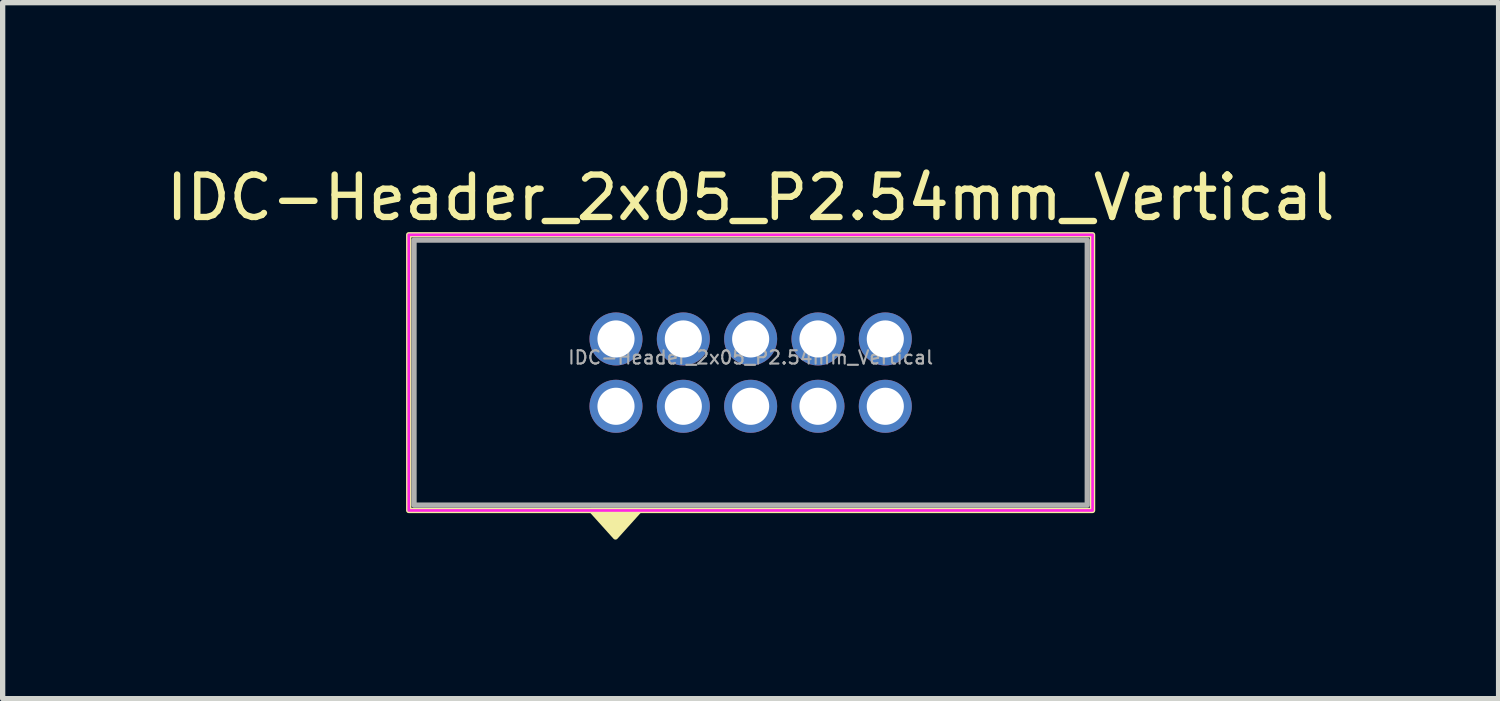
<source format=kicad_pcb>
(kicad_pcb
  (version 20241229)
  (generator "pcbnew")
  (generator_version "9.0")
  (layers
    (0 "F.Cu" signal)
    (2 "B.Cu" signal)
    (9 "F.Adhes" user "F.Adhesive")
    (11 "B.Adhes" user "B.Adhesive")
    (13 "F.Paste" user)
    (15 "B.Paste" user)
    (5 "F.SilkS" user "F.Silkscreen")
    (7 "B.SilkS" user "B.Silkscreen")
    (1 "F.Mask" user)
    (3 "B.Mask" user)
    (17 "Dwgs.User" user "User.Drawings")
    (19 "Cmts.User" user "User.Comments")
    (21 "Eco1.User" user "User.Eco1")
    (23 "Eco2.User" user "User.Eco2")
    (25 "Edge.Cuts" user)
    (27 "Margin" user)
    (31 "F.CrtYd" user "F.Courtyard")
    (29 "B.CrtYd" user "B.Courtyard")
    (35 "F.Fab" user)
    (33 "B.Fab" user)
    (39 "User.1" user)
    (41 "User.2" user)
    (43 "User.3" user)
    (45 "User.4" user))
  (footprint "IDC-Header_2x05_P2.54mm_Vertical"
    (layer "F.Cu")
    (at 11.11 3.979)
    (property "Reference" "IDC-Header_2x05_P2.54mm_Vertical" (at 0 -3.3 0) (unlocked yes) (layer "F.SilkS") (effects (font (size 0.8 0.8) (thickness 0.12))))
    (attr through_hole)
    (fp_rect (start -6.45 -2.6) (end 6.45 2.6) (stroke (width 0.1) (type default)) (fill no) (layer "F.SilkS"))
    (fp_poly (pts (xy -2.1 2.6) (xy -2.55 3.1) (xy -3 2.6)) (stroke (width 0.1) (type solid)) (fill yes) (layer "F.SilkS"))
    (fp_rect (start -6.45 -2.6) (end 6.45 2.6) (stroke (width 0.05) (type default)) (fill no) (layer "F.CrtYd"))
    (fp_rect (start -6.35 -2.5) (end 6.35 2.5) (stroke (width 0.1) (type default)) (fill no) (layer "F.Fab"))
    (fp_text user "${REFERENCE}" (at 0 -0.285 0) (unlocked yes) (layer "F.Fab") (effects (font (size 0.25 0.25) (thickness 0.04))))
    (pad "1" thru_hole circle (at -2.54 0.635) (size 1 1) (drill 0.7) (layers "*.Cu" "*.Mask"))
    (pad "2" thru_hole circle (at -2.54 -0.635) (size 1 1) (drill 0.7) (layers "*.Cu" "*.Mask"))
    (pad "3" thru_hole circle (at -1.27 0.635) (size 1 1) (drill 0.7) (layers "*.Cu" "*.Mask"))
    (pad "4" thru_hole circle (at -1.27 -0.635) (size 1 1) (drill 0.7) (layers "*.Cu" "*.Mask"))
    (pad "5" thru_hole circle (at 0 0.635) (size 1 1) (drill 0.7) (layers "*.Cu" "*.Mask"))
    (pad "6" thru_hole circle (at 0 -0.635) (size 1 1) (drill 0.7) (layers "*.Cu" "*.Mask"))
    (pad "7" thru_hole circle (at 1.27 0.635) (size 1 1) (drill 0.7) (layers "*.Cu" "*.Mask"))
    (pad "8" thru_hole circle (at 1.27 -0.635) (size 1 1) (drill 0.7) (layers "*.Cu" "*.Mask"))
    (pad "9" thru_hole circle (at 2.54 0.635) (size 1 1) (drill 0.7) (layers "*.Cu" "*.Mask"))
    (pad "10" thru_hole circle (at 2.54 -0.635) (size 1 1) (drill 0.7) (layers "*.Cu" "*.Mask")))
  (gr_rect
    (start -3 -3)
    (end 25.219 10.129)
    (stroke (width 0.1) (type default))
    (fill no)
    (layer "Edge.Cuts")))
</source>
